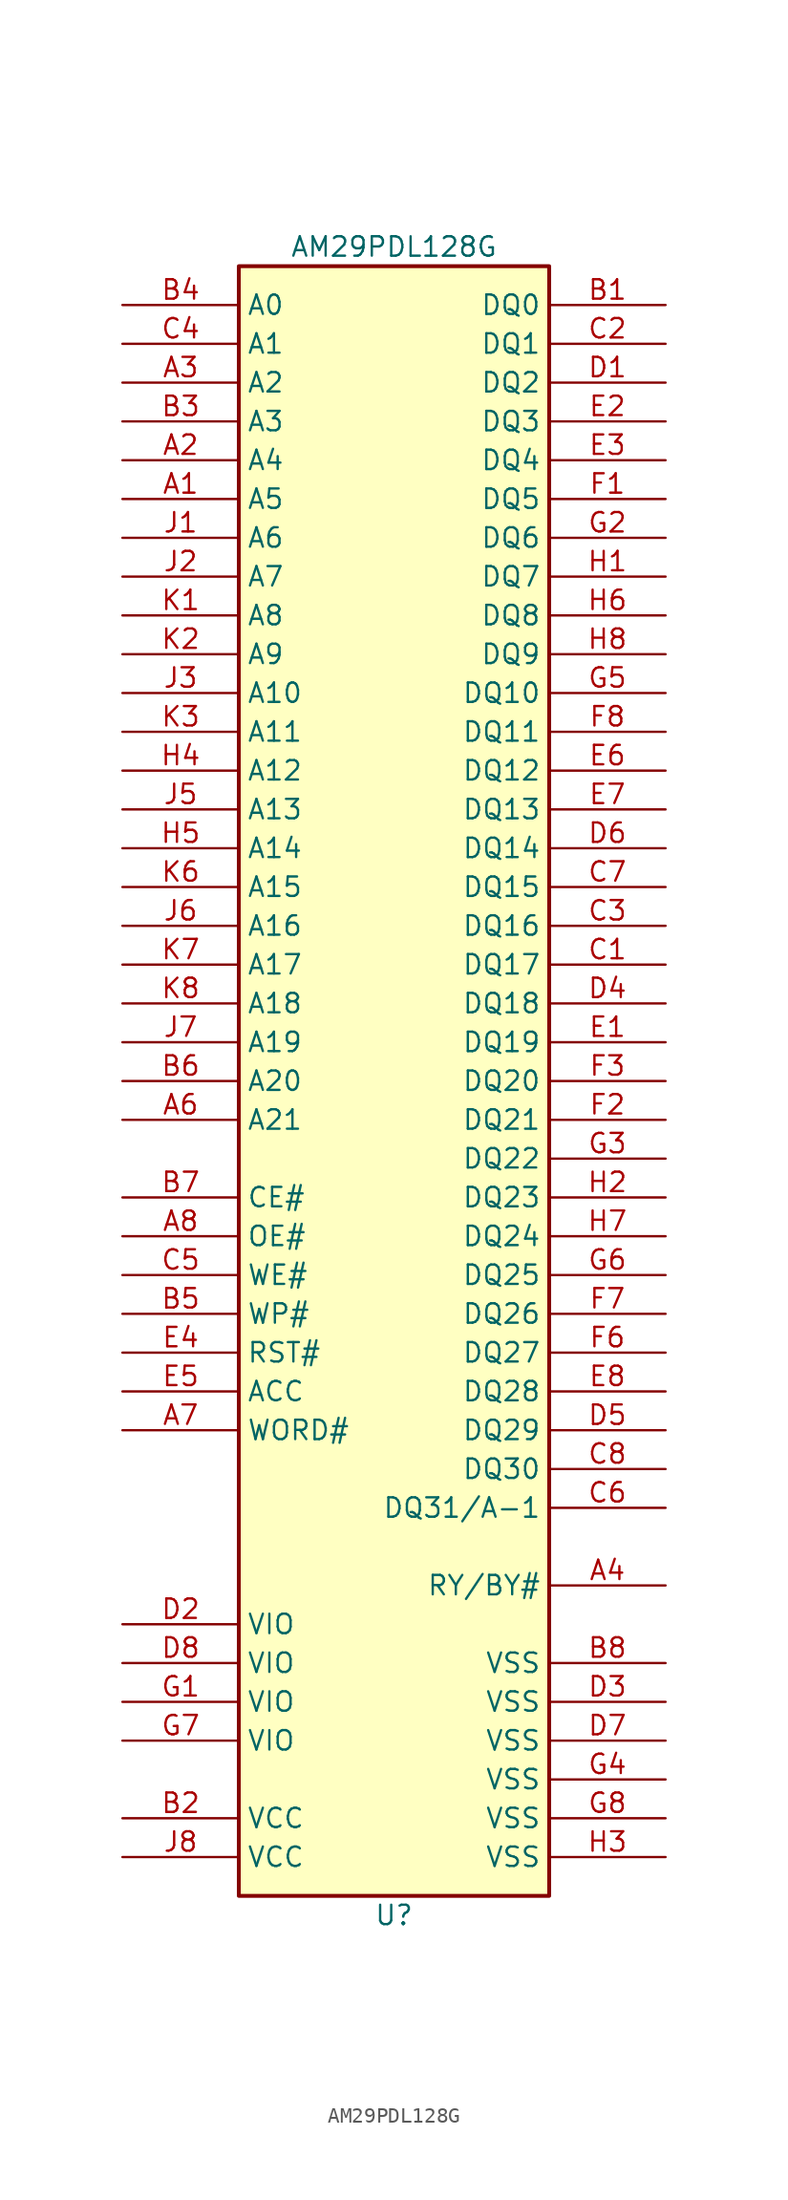
<source format=kicad_sym>
(kicad_symbol_lib
  (version 20241209)
  (generator "kicad_symbol_editor")
  (generator_version "9.0")
  (symbol "AM29PDL128G"
    (property "Reference" "U"
      (at 0 -54.61 0)
      (effects (font (size 1.27 1.27))))
    (property "Value" "AM29PDL128G"
      (at 0 54.61 0)
      (effects (font (size 1.27 1.27))))
    (symbol "AM29PDL128G_0_1"
      (rectangle (start -10.16 53.34) (end 10.16 -53.34) (stroke (width 0.254) (type default)) (fill (type background))))
    (symbol "AM29PDL128G_1_1"
      (pin input line (at -17.78 50.8 0) (length 7.62) (name "A0" (effects (font (size 1.27 1.27)))) (number "B4" (effects (font (size 1.27 1.27)))))
      (pin input line (at -17.78 48.26 0) (length 7.62) (name "A1" (effects (font (size 1.27 1.27)))) (number "C4" (effects (font (size 1.27 1.27)))))
      (pin input line (at -17.78 45.72 0) (length 7.62) (name "A2" (effects (font (size 1.27 1.27)))) (number "A3" (effects (font (size 1.27 1.27)))))
      (pin input line (at -17.78 43.18 0) (length 7.62) (name "A3" (effects (font (size 1.27 1.27)))) (number "B3" (effects (font (size 1.27 1.27)))))
      (pin input line (at -17.78 40.64 0) (length 7.62) (name "A4" (effects (font (size 1.27 1.27)))) (number "A2" (effects (font (size 1.27 1.27)))))
      (pin input line (at -17.78 38.1 0) (length 7.62) (name "A5" (effects (font (size 1.27 1.27)))) (number "A1" (effects (font (size 1.27 1.27)))))
      (pin input line (at -17.78 35.56 0) (length 7.62) (name "A6" (effects (font (size 1.27 1.27)))) (number "J1" (effects (font (size 1.27 1.27)))))
      (pin input line (at -17.78 33.02 0) (length 7.62) (name "A7" (effects (font (size 1.27 1.27)))) (number "J2" (effects (font (size 1.27 1.27)))))
      (pin input line (at -17.78 30.48 0) (length 7.62) (name "A8" (effects (font (size 1.27 1.27)))) (number "K1" (effects (font (size 1.27 1.27)))))
      (pin input line (at -17.78 27.94 0) (length 7.62) (name "A9" (effects (font (size 1.27 1.27)))) (number "K2" (effects (font (size 1.27 1.27)))))
      (pin input line (at -17.78 25.4 0) (length 7.62) (name "A10" (effects (font (size 1.27 1.27)))) (number "J3" (effects (font (size 1.27 1.27)))))
      (pin input line (at -17.78 22.86 0) (length 7.62) (name "A11" (effects (font (size 1.27 1.27)))) (number "K3" (effects (font (size 1.27 1.27)))))
      (pin input line (at -17.78 20.32 0) (length 7.62) (name "A12" (effects (font (size 1.27 1.27)))) (number "H4" (effects (font (size 1.27 1.27)))))
      (pin input line (at -17.78 17.78 0) (length 7.62) (name "A13" (effects (font (size 1.27 1.27)))) (number "J5" (effects (font (size 1.27 1.27)))))
      (pin input line (at -17.78 15.24 0) (length 7.62) (name "A14" (effects (font (size 1.27 1.27)))) (number "H5" (effects (font (size 1.27 1.27)))))
      (pin input line (at -17.78 12.7 0) (length 7.62) (name "A15" (effects (font (size 1.27 1.27)))) (number "K6" (effects (font (size 1.27 1.27)))))
      (pin input line (at -17.78 10.16 0) (length 7.62) (name "A16" (effects (font (size 1.27 1.27)))) (number "J6" (effects (font (size 1.27 1.27)))))
      (pin input line (at -17.78 7.62 0) (length 7.62) (name "A17" (effects (font (size 1.27 1.27)))) (number "K7" (effects (font (size 1.27 1.27)))))
      (pin input line (at -17.78 5.08 0) (length 7.62) (name "A18" (effects (font (size 1.27 1.27)))) (number "K8" (effects (font (size 1.27 1.27)))))
      (pin input line (at -17.78 2.54 0) (length 7.62) (name "A19" (effects (font (size 1.27 1.27)))) (number "J7" (effects (font (size 1.27 1.27)))))
      (pin input line (at -17.78 0 0) (length 7.62) (name "A20" (effects (font (size 1.27 1.27)))) (number "B6" (effects (font (size 1.27 1.27)))))
      (pin input line (at -17.78 -2.54 0) (length 7.62) (name "A21" (effects (font (size 1.27 1.27)))) (number "A6" (effects (font (size 1.27 1.27)))))
      (pin input line (at -17.78 -7.62 0) (length 7.62) (name "CE#" (effects (font (size 1.27 1.27)))) (number "B7" (effects (font (size 1.27 1.27)))))
      (pin input line (at -17.78 -10.16 0) (length 7.62) (name "OE#" (effects (font (size 1.27 1.27)))) (number "A8" (effects (font (size 1.27 1.27)))))
      (pin input line (at -17.78 -12.7 0) (length 7.62) (name "WE#" (effects (font (size 1.27 1.27)))) (number "C5" (effects (font (size 1.27 1.27)))))
      (pin input line (at -17.78 -15.24 0) (length 7.62) (name "WP#" (effects (font (size 1.27 1.27)))) (number "B5" (effects (font (size 1.27 1.27)))))
      (pin input line (at -17.78 -17.78 0) (length 7.62) (name "RST#" (effects (font (size 1.27 1.27)))) (number "E4" (effects (font (size 1.27 1.27)))))
      (pin input line (at -17.78 -20.32 0) (length 7.62) (name "ACC" (effects (font (size 1.27 1.27)))) (number "E5" (effects (font (size 1.27 1.27)))))
      (pin input line (at -17.78 -22.86 0) (length 7.62) (name "WORD#" (effects (font (size 1.27 1.27)))) (number "A7" (effects (font (size 1.27 1.27)))))
      (pin input line (at -17.78 -35.56 0) (length 7.62) (name "VIO" (effects (font (size 1.27 1.27)))) (number "D2" (effects (font (size 1.27 1.27)))))
      (pin input line (at -17.78 -38.1 0) (length 7.62) (name "VIO" (effects (font (size 1.27 1.27)))) (number "D8" (effects (font (size 1.27 1.27)))))
      (pin input line (at -17.78 -40.64 0) (length 7.62) (name "VIO" (effects (font (size 1.27 1.27)))) (number "G1" (effects (font (size 1.27 1.27)))))
      (pin input line (at -17.78 -43.18 0) (length 7.62) (name "VIO" (effects (font (size 1.27 1.27)))) (number "G7" (effects (font (size 1.27 1.27)))))
      (pin power_in line (at -17.78 -48.26 0) (length 7.62) (name "VCC" (effects (font (size 1.27 1.27)))) (number "B2" (effects (font (size 1.27 1.27)))))
      (pin power_in line (at -17.78 -50.8 0) (length 7.62) (name "VCC" (effects (font (size 1.27 1.27)))) (number "J8" (effects (font (size 1.27 1.27)))))
      (pin bidirectional line (at 17.78 50.8 180) (length 7.62) (name "DQ0" (effects (font (size 1.27 1.27)))) (number "B1" (effects (font (size 1.27 1.27)))))
      (pin bidirectional line (at 17.78 48.26 180) (length 7.62) (name "DQ1" (effects (font (size 1.27 1.27)))) (number "C2" (effects (font (size 1.27 1.27)))))
      (pin bidirectional line (at 17.78 45.72 180) (length 7.62) (name "DQ2" (effects (font (size 1.27 1.27)))) (number "D1" (effects (font (size 1.27 1.27)))))
      (pin bidirectional line (at 17.78 43.18 180) (length 7.62) (name "DQ3" (effects (font (size 1.27 1.27)))) (number "E2" (effects (font (size 1.27 1.27)))))
      (pin bidirectional line (at 17.78 40.64 180) (length 7.62) (name "DQ4" (effects (font (size 1.27 1.27)))) (number "E3" (effects (font (size 1.27 1.27)))))
      (pin bidirectional line (at 17.78 38.1 180) (length 7.62) (name "DQ5" (effects (font (size 1.27 1.27)))) (number "F1" (effects (font (size 1.27 1.27)))))
      (pin bidirectional line (at 17.78 35.56 180) (length 7.62) (name "DQ6" (effects (font (size 1.27 1.27)))) (number "G2" (effects (font (size 1.27 1.27)))))
      (pin bidirectional line (at 17.78 33.02 180) (length 7.62) (name "DQ7" (effects (font (size 1.27 1.27)))) (number "H1" (effects (font (size 1.27 1.27)))))
      (pin bidirectional line (at 17.78 30.48 180) (length 7.62) (name "DQ8" (effects (font (size 1.27 1.27)))) (number "H6" (effects (font (size 1.27 1.27)))))
      (pin bidirectional line (at 17.78 27.94 180) (length 7.62) (name "DQ9" (effects (font (size 1.27 1.27)))) (number "H8" (effects (font (size 1.27 1.27)))))
      (pin bidirectional line (at 17.78 25.4 180) (length 7.62) (name "DQ10" (effects (font (size 1.27 1.27)))) (number "G5" (effects (font (size 1.27 1.27)))))
      (pin bidirectional line (at 17.78 22.86 180) (length 7.62) (name "DQ11" (effects (font (size 1.27 1.27)))) (number "F8" (effects (font (size 1.27 1.27)))))
      (pin bidirectional line (at 17.78 20.32 180) (length 7.62) (name "DQ12" (effects (font (size 1.27 1.27)))) (number "E6" (effects (font (size 1.27 1.27)))))
      (pin bidirectional line (at 17.78 17.78 180) (length 7.62) (name "DQ13" (effects (font (size 1.27 1.27)))) (number "E7" (effects (font (size 1.27 1.27)))))
      (pin bidirectional line (at 17.78 15.24 180) (length 7.62) (name "DQ14" (effects (font (size 1.27 1.27)))) (number "D6" (effects (font (size 1.27 1.27)))))
      (pin bidirectional line (at 17.78 12.7 180) (length 7.62) (name "DQ15" (effects (font (size 1.27 1.27)))) (number "C7" (effects (font (size 1.27 1.27)))))
      (pin bidirectional line (at 17.78 10.16 180) (length 7.62) (name "DQ16" (effects (font (size 1.27 1.27)))) (number "C3" (effects (font (size 1.27 1.27)))))
      (pin bidirectional line (at 17.78 7.62 180) (length 7.62) (name "DQ17" (effects (font (size 1.27 1.27)))) (number "C1" (effects (font (size 1.27 1.27)))))
      (pin bidirectional line (at 17.78 5.08 180) (length 7.62) (name "DQ18" (effects (font (size 1.27 1.27)))) (number "D4" (effects (font (size 1.27 1.27)))))
      (pin bidirectional line (at 17.78 2.54 180) (length 7.62) (name "DQ19" (effects (font (size 1.27 1.27)))) (number "E1" (effects (font (size 1.27 1.27)))))
      (pin bidirectional line (at 17.78 0 180) (length 7.62) (name "DQ20" (effects (font (size 1.27 1.27)))) (number "F3" (effects (font (size 1.27 1.27)))))
      (pin bidirectional line (at 17.78 -2.54 180) (length 7.62) (name "DQ21" (effects (font (size 1.27 1.27)))) (number "F2" (effects (font (size 1.27 1.27)))))
      (pin bidirectional line (at 17.78 -5.08 180) (length 7.62) (name "DQ22" (effects (font (size 1.27 1.27)))) (number "G3" (effects (font (size 1.27 1.27)))))
      (pin bidirectional line (at 17.78 -7.62 180) (length 7.62) (name "DQ23" (effects (font (size 1.27 1.27)))) (number "H2" (effects (font (size 1.27 1.27)))))
      (pin bidirectional line (at 17.78 -10.16 180) (length 7.62) (name "DQ24" (effects (font (size 1.27 1.27)))) (number "H7" (effects (font (size 1.27 1.27)))))
      (pin bidirectional line (at 17.78 -12.7 180) (length 7.62) (name "DQ25" (effects (font (size 1.27 1.27)))) (number "G6" (effects (font (size 1.27 1.27)))))
      (pin bidirectional line (at 17.78 -15.24 180) (length 7.62) (name "DQ26" (effects (font (size 1.27 1.27)))) (number "F7" (effects (font (size 1.27 1.27)))))
      (pin bidirectional line (at 17.78 -17.78 180) (length 7.62) (name "DQ27" (effects (font (size 1.27 1.27)))) (number "F6" (effects (font (size 1.27 1.27)))))
      (pin bidirectional line (at 17.78 -20.32 180) (length 7.62) (name "DQ28" (effects (font (size 1.27 1.27)))) (number "E8" (effects (font (size 1.27 1.27)))))
      (pin bidirectional line (at 17.78 -22.86 180) (length 7.62) (name "DQ29" (effects (font (size 1.27 1.27)))) (number "D5" (effects (font (size 1.27 1.27)))))
      (pin bidirectional line (at 17.78 -25.4 180) (length 7.62) (name "DQ30" (effects (font (size 1.27 1.27)))) (number "C8" (effects (font (size 1.27 1.27)))))
      (pin bidirectional line (at 17.78 -27.94 180) (length 7.62) (name "DQ31/A-1" (effects (font (size 1.27 1.27)))) (number "C6" (effects (font (size 1.27 1.27)))))
      (pin output line (at 17.78 -33.02 180) (length 7.62) (name "RY/BY#" (effects (font (size 1.27 1.27)))) (number "A4" (effects (font (size 1.27 1.27)))))
      (pin power_in line (at 17.78 -38.1 180) (length 7.62) (name "VSS" (effects (font (size 1.27 1.27)))) (number "B8" (effects (font (size 1.27 1.27)))))
      (pin power_in line (at 17.78 -40.64 180) (length 7.62) (name "VSS" (effects (font (size 1.27 1.27)))) (number "D3" (effects (font (size 1.27 1.27)))))
      (pin power_in line (at 17.78 -43.18 180) (length 7.62) (name "VSS" (effects (font (size 1.27 1.27)))) (number "D7" (effects (font (size 1.27 1.27)))))
      (pin passive line (at 17.78 -45.72 180) (length 7.62) (name "VSS" (effects (font (size 1.27 1.27)))) (number "G4" (effects (font (size 1.27 1.27)))))
      (pin power_in line (at 17.78 -48.26 180) (length 7.62) (name "VSS" (effects (font (size 1.27 1.27)))) (number "G8" (effects (font (size 1.27 1.27)))))
      (pin power_in line (at 17.78 -50.8 180) (length 7.62) (name "VSS" (effects (font (size 1.27 1.27)))) (number "H3" (effects (font (size 1.27 1.27))))))))
</source>
